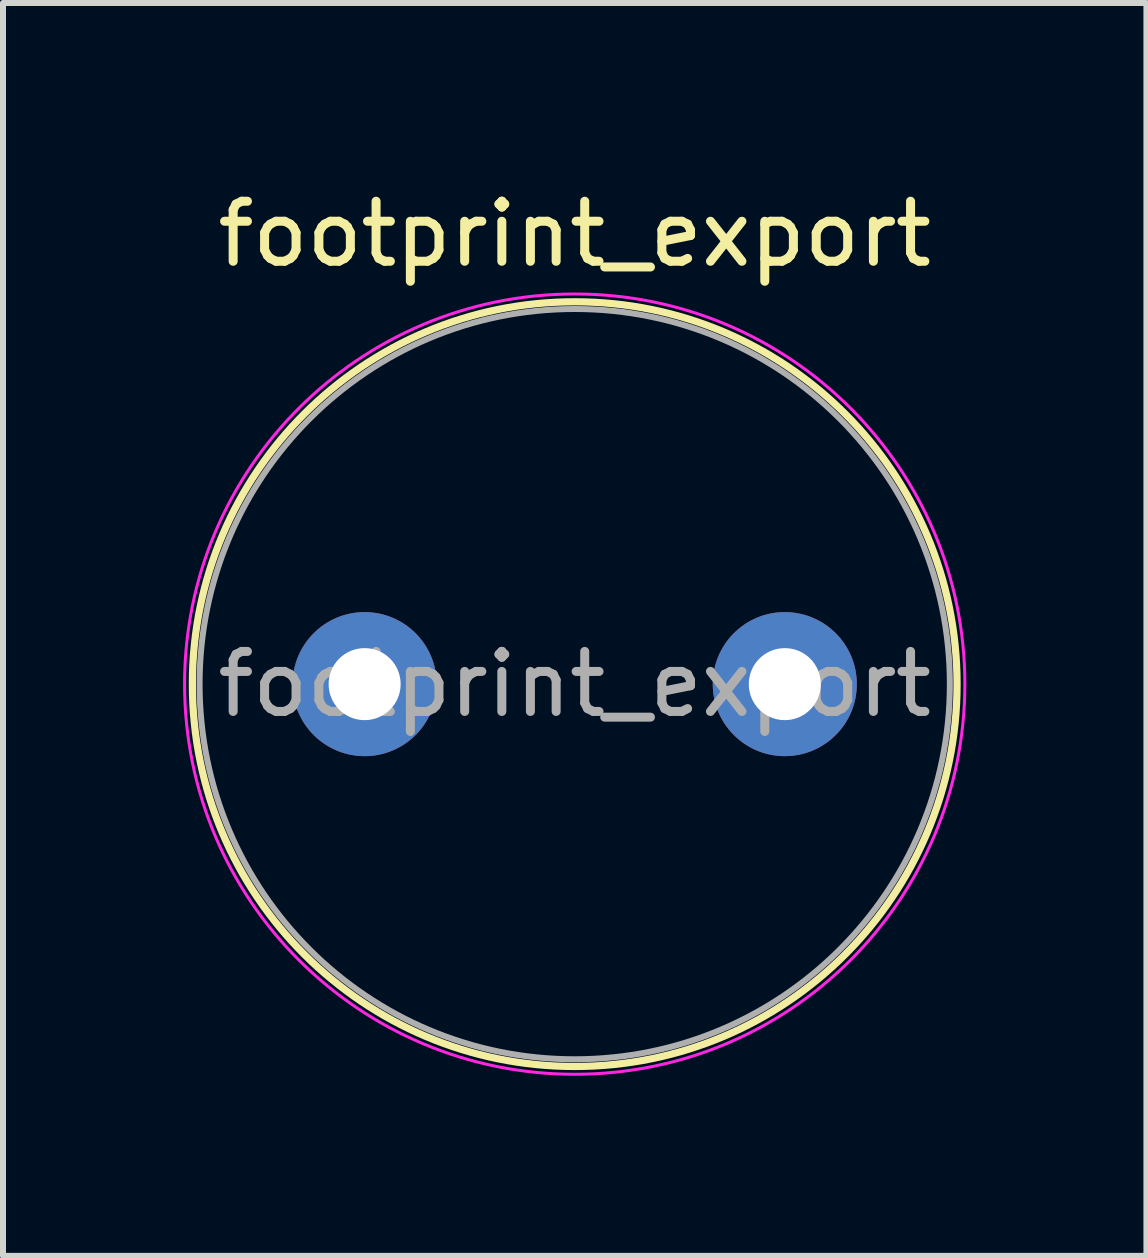
<source format=kicad_pcb>
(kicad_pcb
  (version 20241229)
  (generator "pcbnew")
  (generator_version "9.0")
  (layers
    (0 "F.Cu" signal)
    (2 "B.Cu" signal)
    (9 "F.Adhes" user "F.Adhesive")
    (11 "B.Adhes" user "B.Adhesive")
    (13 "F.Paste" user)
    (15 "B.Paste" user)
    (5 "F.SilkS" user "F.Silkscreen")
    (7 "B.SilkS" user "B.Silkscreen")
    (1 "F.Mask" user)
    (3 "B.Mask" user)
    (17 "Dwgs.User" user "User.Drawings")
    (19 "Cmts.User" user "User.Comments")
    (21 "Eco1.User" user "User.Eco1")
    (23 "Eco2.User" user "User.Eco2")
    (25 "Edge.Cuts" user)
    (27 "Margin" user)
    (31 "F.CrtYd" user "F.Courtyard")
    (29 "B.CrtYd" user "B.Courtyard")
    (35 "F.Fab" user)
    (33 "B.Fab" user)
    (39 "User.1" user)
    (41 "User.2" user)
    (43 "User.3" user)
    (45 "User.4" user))
  (footprint "footprint_export"
    (layer "F.Cu")
    (at 3.025 8.348)
    (property "Reference" "footprint_export" (at 3.5 -7.5 0) (layer "F.SilkS") (effects (font (size 1 1) (thickness 0.15))))
    (attr through_hole)
    (fp_circle (center 3.5 0) (end 9.87 0) (stroke (width 0.12) (type solid)) (fill no) (layer "F.SilkS"))
    (fp_circle (center 3.5 0) (end 10 0) (stroke (width 0.05) (type solid)) (fill no) (layer "F.CrtYd"))
    (fp_circle (center 3.5 0) (end 9.75 0) (stroke (width 0.1) (type solid)) (fill no) (layer "F.Fab"))
    (fp_text user "${REFERENCE}" (at 3.5 0 0) (layer "F.Fab") (effects (font (size 1 1) (thickness 0.15))))
    (pad "1" thru_hole circle (at 0 0) (size 2.4 2.4) (drill 1.2) (layers "*.Cu" "*.Mask"))
    (pad "2" thru_hole circle (at 7 0) (size 2.4 2.4) (drill 1.2) (layers "*.Cu" "*.Mask")))
  (gr_rect
    (start -3 -3)
    (end 16.05 17.873)
    (stroke (width 0.1) (type default))
    (fill no)
    (layer "Edge.Cuts")))
</source>
